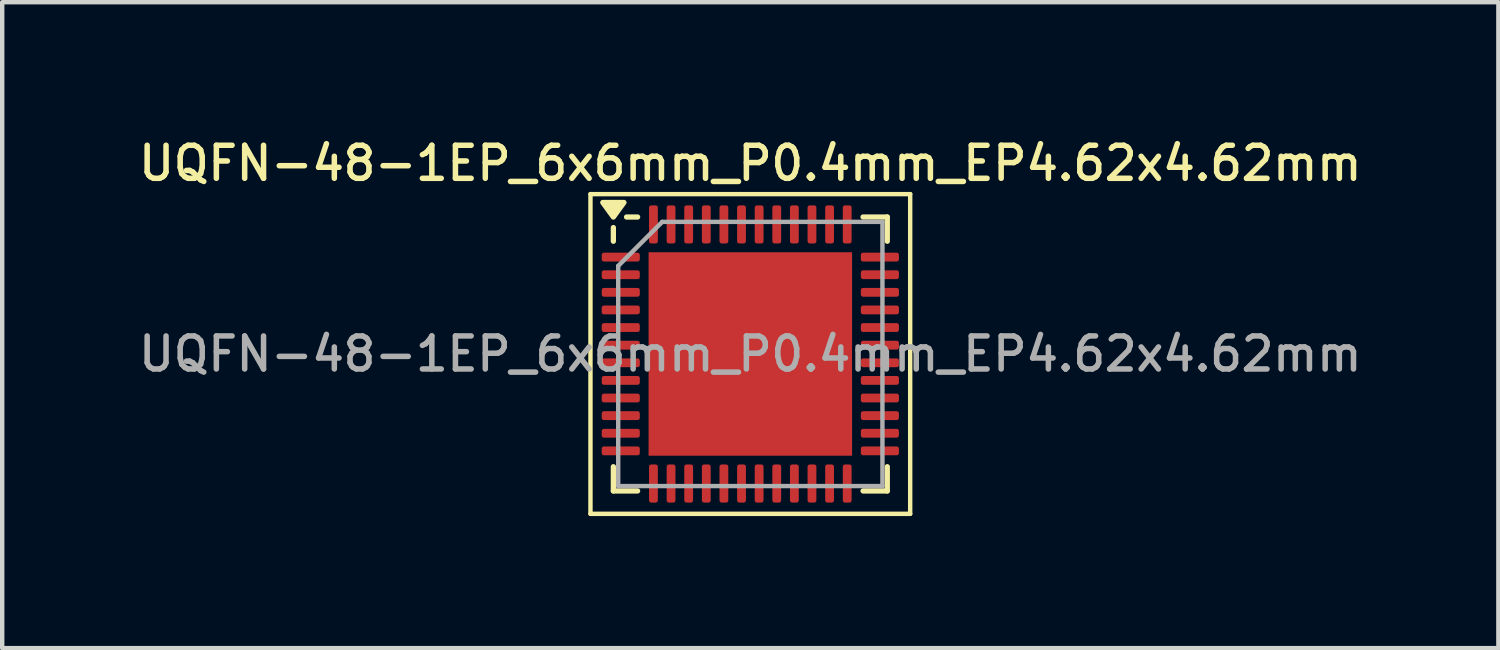
<source format=kicad_pcb>
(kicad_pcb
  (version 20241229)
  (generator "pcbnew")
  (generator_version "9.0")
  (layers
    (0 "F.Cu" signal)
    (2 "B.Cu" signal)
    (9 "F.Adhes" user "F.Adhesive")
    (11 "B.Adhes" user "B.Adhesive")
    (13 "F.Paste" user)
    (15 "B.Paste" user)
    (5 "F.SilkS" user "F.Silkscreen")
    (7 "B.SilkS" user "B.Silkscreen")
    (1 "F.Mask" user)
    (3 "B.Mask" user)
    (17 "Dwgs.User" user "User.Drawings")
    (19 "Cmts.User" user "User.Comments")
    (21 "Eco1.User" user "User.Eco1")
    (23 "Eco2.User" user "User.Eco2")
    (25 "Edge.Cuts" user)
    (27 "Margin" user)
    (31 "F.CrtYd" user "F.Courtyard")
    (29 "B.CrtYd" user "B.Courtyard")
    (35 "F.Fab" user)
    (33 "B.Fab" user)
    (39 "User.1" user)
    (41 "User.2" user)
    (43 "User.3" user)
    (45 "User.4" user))
  (footprint "UQFN-48-1EP_6x6mm_P0.4mm_EP4.62x4.62mm"
    (layer "F.Cu")
    (at 13.988 4.988)
    (property "Reference" "UQFN-48-1EP_6x6mm_P0.4mm_EP4.62x4.62mm" (at 0 -4.33 0) (layer "F.SilkS") (effects (font (size 0.75 0.75) (thickness 0.125))))
    (attr smd)
    (fp_line (start -3.63 -3.63) (end -3.63 3.63) (stroke (width 0.1) (type solid)) (layer "F.SilkS"))
    (fp_line (start -3.63 3.63) (end 3.63 3.63) (stroke (width 0.1) (type solid)) (layer "F.SilkS"))
    (fp_line (start -3.11 -2.56) (end -3.11 -2.87) (stroke (width 0.12) (type solid)) (layer "F.SilkS"))
    (fp_line (start -3.11 3.11) (end -3.11 2.56) (stroke (width 0.12) (type solid)) (layer "F.SilkS"))
    (fp_line (start -2.56 -3.11) (end -2.81 -3.11) (stroke (width 0.12) (type solid)) (layer "F.SilkS"))
    (fp_line (start -2.56 3.11) (end -3.11 3.11) (stroke (width 0.12) (type solid)) (layer "F.SilkS"))
    (fp_line (start 2.56 -3.11) (end 3.11 -3.11) (stroke (width 0.12) (type solid)) (layer "F.SilkS"))
    (fp_line (start 2.56 3.11) (end 3.11 3.11) (stroke (width 0.12) (type solid)) (layer "F.SilkS"))
    (fp_line (start 3.11 -3.11) (end 3.11 -2.56) (stroke (width 0.12) (type solid)) (layer "F.SilkS"))
    (fp_line (start 3.11 3.11) (end 3.11 2.56) (stroke (width 0.12) (type solid)) (layer "F.SilkS"))
    (fp_line (start 3.63 -3.63) (end -3.63 -3.63) (stroke (width 0.1) (type solid)) (layer "F.SilkS"))
    (fp_line (start 3.63 3.63) (end 3.63 -3.63) (stroke (width 0.1) (type solid)) (layer "F.SilkS"))
    (fp_poly (pts (xy -3.11 -3.11) (xy -3.35 -3.44) (xy -2.87 -3.44) (xy -3.11 -3.11)) (stroke (width 0.12) (type solid)) (fill yes) (layer "F.SilkS"))
    (fp_line (start -3 -2) (end -2 -3) (stroke (width 0.1) (type solid)) (layer "F.Fab"))
    (fp_line (start -3 3) (end -3 -2) (stroke (width 0.1) (type solid)) (layer "F.Fab"))
    (fp_line (start -2 -3) (end 3 -3) (stroke (width 0.1) (type solid)) (layer "F.Fab"))
    (fp_line (start 3 -3) (end 3 3) (stroke (width 0.1) (type solid)) (layer "F.Fab"))
    (fp_line (start 3 3) (end -3 3) (stroke (width 0.1) (type solid)) (layer "F.Fab"))
    (fp_text user "${REFERENCE}" (at 0 0 0) (layer "F.Fab") (effects (font (size 0.75 0.75) (thickness 0.125))))
    (pad "" smd roundrect (at -1.155 -1.155) (size 1.86 1.86) (layers "F.Paste") (roundrect_rratio 0.134))
    (pad "" smd roundrect (at -1.155 1.155) (size 1.86 1.86) (layers "F.Paste") (roundrect_rratio 0.134))
    (pad "" smd roundrect (at 1.155 -1.155) (size 1.86 1.86) (layers "F.Paste") (roundrect_rratio 0.134))
    (pad "" smd roundrect (at 1.155 1.155) (size 1.86 1.86) (layers "F.Paste") (roundrect_rratio 0.134))
    (pad "1" smd roundrect (at -2.942 -2.2) (size 0.865 0.2) (layers "F.Cu" "F.Mask" "F.Paste") (roundrect_rratio 0.25))
    (pad "2" smd roundrect (at -2.942 -1.8) (size 0.865 0.2) (layers "F.Cu" "F.Mask" "F.Paste") (roundrect_rratio 0.25))
    (pad "3" smd roundrect (at -2.942 -1.4) (size 0.865 0.2) (layers "F.Cu" "F.Mask" "F.Paste") (roundrect_rratio 0.25))
    (pad "4" smd roundrect (at -2.942 -1) (size 0.865 0.2) (layers "F.Cu" "F.Mask" "F.Paste") (roundrect_rratio 0.25))
    (pad "5" smd roundrect (at -2.942 -0.6) (size 0.865 0.2) (layers "F.Cu" "F.Mask" "F.Paste") (roundrect_rratio 0.25))
    (pad "6" smd roundrect (at -2.942 -0.2) (size 0.865 0.2) (layers "F.Cu" "F.Mask" "F.Paste") (roundrect_rratio 0.25))
    (pad "7" smd roundrect (at -2.942 0.2) (size 0.865 0.2) (layers "F.Cu" "F.Mask" "F.Paste") (roundrect_rratio 0.25))
    (pad "8" smd roundrect (at -2.942 0.6) (size 0.865 0.2) (layers "F.Cu" "F.Mask" "F.Paste") (roundrect_rratio 0.25))
    (pad "9" smd roundrect (at -2.942 1) (size 0.865 0.2) (layers "F.Cu" "F.Mask" "F.Paste") (roundrect_rratio 0.25))
    (pad "10" smd roundrect (at -2.942 1.4) (size 0.865 0.2) (layers "F.Cu" "F.Mask" "F.Paste") (roundrect_rratio 0.25))
    (pad "11" smd roundrect (at -2.942 1.8) (size 0.865 0.2) (layers "F.Cu" "F.Mask" "F.Paste") (roundrect_rratio 0.25))
    (pad "12" smd roundrect (at -2.942 2.2) (size 0.865 0.2) (layers "F.Cu" "F.Mask" "F.Paste") (roundrect_rratio 0.25))
    (pad "13" smd roundrect (at -2.2 2.942) (size 0.2 0.865) (layers "F.Cu" "F.Mask" "F.Paste") (roundrect_rratio 0.25))
    (pad "14" smd roundrect (at -1.8 2.942) (size 0.2 0.865) (layers "F.Cu" "F.Mask" "F.Paste") (roundrect_rratio 0.25))
    (pad "15" smd roundrect (at -1.4 2.942) (size 0.2 0.865) (layers "F.Cu" "F.Mask" "F.Paste") (roundrect_rratio 0.25))
    (pad "16" smd roundrect (at -1 2.942) (size 0.2 0.865) (layers "F.Cu" "F.Mask" "F.Paste") (roundrect_rratio 0.25))
    (pad "17" smd roundrect (at -0.6 2.942) (size 0.2 0.865) (layers "F.Cu" "F.Mask" "F.Paste") (roundrect_rratio 0.25))
    (pad "18" smd roundrect (at -0.2 2.942) (size 0.2 0.865) (layers "F.Cu" "F.Mask" "F.Paste") (roundrect_rratio 0.25))
    (pad "19" smd roundrect (at 0.2 2.942) (size 0.2 0.865) (layers "F.Cu" "F.Mask" "F.Paste") (roundrect_rratio 0.25))
    (pad "20" smd roundrect (at 0.6 2.942) (size 0.2 0.865) (layers "F.Cu" "F.Mask" "F.Paste") (roundrect_rratio 0.25))
    (pad "21" smd roundrect (at 1 2.942) (size 0.2 0.865) (layers "F.Cu" "F.Mask" "F.Paste") (roundrect_rratio 0.25))
    (pad "22" smd roundrect (at 1.4 2.942) (size 0.2 0.865) (layers "F.Cu" "F.Mask" "F.Paste") (roundrect_rratio 0.25))
    (pad "23" smd roundrect (at 1.8 2.942) (size 0.2 0.865) (layers "F.Cu" "F.Mask" "F.Paste") (roundrect_rratio 0.25))
    (pad "24" smd roundrect (at 2.2 2.942) (size 0.2 0.865) (layers "F.Cu" "F.Mask" "F.Paste") (roundrect_rratio 0.25))
    (pad "25" smd roundrect (at 2.942 2.2) (size 0.865 0.2) (layers "F.Cu" "F.Mask" "F.Paste") (roundrect_rratio 0.25))
    (pad "26" smd roundrect (at 2.942 1.8) (size 0.865 0.2) (layers "F.Cu" "F.Mask" "F.Paste") (roundrect_rratio 0.25))
    (pad "27" smd roundrect (at 2.942 1.4) (size 0.865 0.2) (layers "F.Cu" "F.Mask" "F.Paste") (roundrect_rratio 0.25))
    (pad "28" smd roundrect (at 2.942 1) (size 0.865 0.2) (layers "F.Cu" "F.Mask" "F.Paste") (roundrect_rratio 0.25))
    (pad "29" smd roundrect (at 2.942 0.6) (size 0.865 0.2) (layers "F.Cu" "F.Mask" "F.Paste") (roundrect_rratio 0.25))
    (pad "30" smd roundrect (at 2.942 0.2) (size 0.865 0.2) (layers "F.Cu" "F.Mask" "F.Paste") (roundrect_rratio 0.25))
    (pad "31" smd roundrect (at 2.942 -0.2) (size 0.865 0.2) (layers "F.Cu" "F.Mask" "F.Paste") (roundrect_rratio 0.25))
    (pad "32" smd roundrect (at 2.942 -0.6) (size 0.865 0.2) (layers "F.Cu" "F.Mask" "F.Paste") (roundrect_rratio 0.25))
    (pad "33" smd roundrect (at 2.942 -1) (size 0.865 0.2) (layers "F.Cu" "F.Mask" "F.Paste") (roundrect_rratio 0.25))
    (pad "34" smd roundrect (at 2.942 -1.4) (size 0.865 0.2) (layers "F.Cu" "F.Mask" "F.Paste") (roundrect_rratio 0.25))
    (pad "35" smd roundrect (at 2.942 -1.8) (size 0.865 0.2) (layers "F.Cu" "F.Mask" "F.Paste") (roundrect_rratio 0.25))
    (pad "36" smd roundrect (at 2.942 -2.2) (size 0.865 0.2) (layers "F.Cu" "F.Mask" "F.Paste") (roundrect_rratio 0.25))
    (pad "37" smd roundrect (at 2.2 -2.942) (size 0.2 0.865) (layers "F.Cu" "F.Mask" "F.Paste") (roundrect_rratio 0.25))
    (pad "38" smd roundrect (at 1.8 -2.942) (size 0.2 0.865) (layers "F.Cu" "F.Mask" "F.Paste") (roundrect_rratio 0.25))
    (pad "39" smd roundrect (at 1.4 -2.942) (size 0.2 0.865) (layers "F.Cu" "F.Mask" "F.Paste") (roundrect_rratio 0.25))
    (pad "40" smd roundrect (at 1 -2.942) (size 0.2 0.865) (layers "F.Cu" "F.Mask" "F.Paste") (roundrect_rratio 0.25))
    (pad "41" smd roundrect (at 0.6 -2.942) (size 0.2 0.865) (layers "F.Cu" "F.Mask" "F.Paste") (roundrect_rratio 0.25))
    (pad "42" smd roundrect (at 0.2 -2.942) (size 0.2 0.865) (layers "F.Cu" "F.Mask" "F.Paste") (roundrect_rratio 0.25))
    (pad "43" smd roundrect (at -0.2 -2.942) (size 0.2 0.865) (layers "F.Cu" "F.Mask" "F.Paste") (roundrect_rratio 0.25))
    (pad "44" smd roundrect (at -0.6 -2.942) (size 0.2 0.865) (layers "F.Cu" "F.Mask" "F.Paste") (roundrect_rratio 0.25))
    (pad "45" smd roundrect (at -1 -2.942) (size 0.2 0.865) (layers "F.Cu" "F.Mask" "F.Paste") (roundrect_rratio 0.25))
    (pad "46" smd roundrect (at -1.4 -2.942) (size 0.2 0.865) (layers "F.Cu" "F.Mask" "F.Paste") (roundrect_rratio 0.25))
    (pad "47" smd roundrect (at -1.8 -2.942) (size 0.2 0.865) (layers "F.Cu" "F.Mask" "F.Paste") (roundrect_rratio 0.25))
    (pad "48" smd roundrect (at -2.2 -2.942) (size 0.2 0.865) (layers "F.Cu" "F.Mask" "F.Paste") (roundrect_rratio 0.25))
    (pad "49" smd rect (at 0 0) (size 4.62 4.62) (property pad_prop_heatsink) (layers "F.Cu" "F.Mask")))
  (gr_rect
    (start -3 -3)
    (end 30.975 11.668)
    (stroke (width 0.1) (type default))
    (fill no)
    (layer "Edge.Cuts")))
</source>
